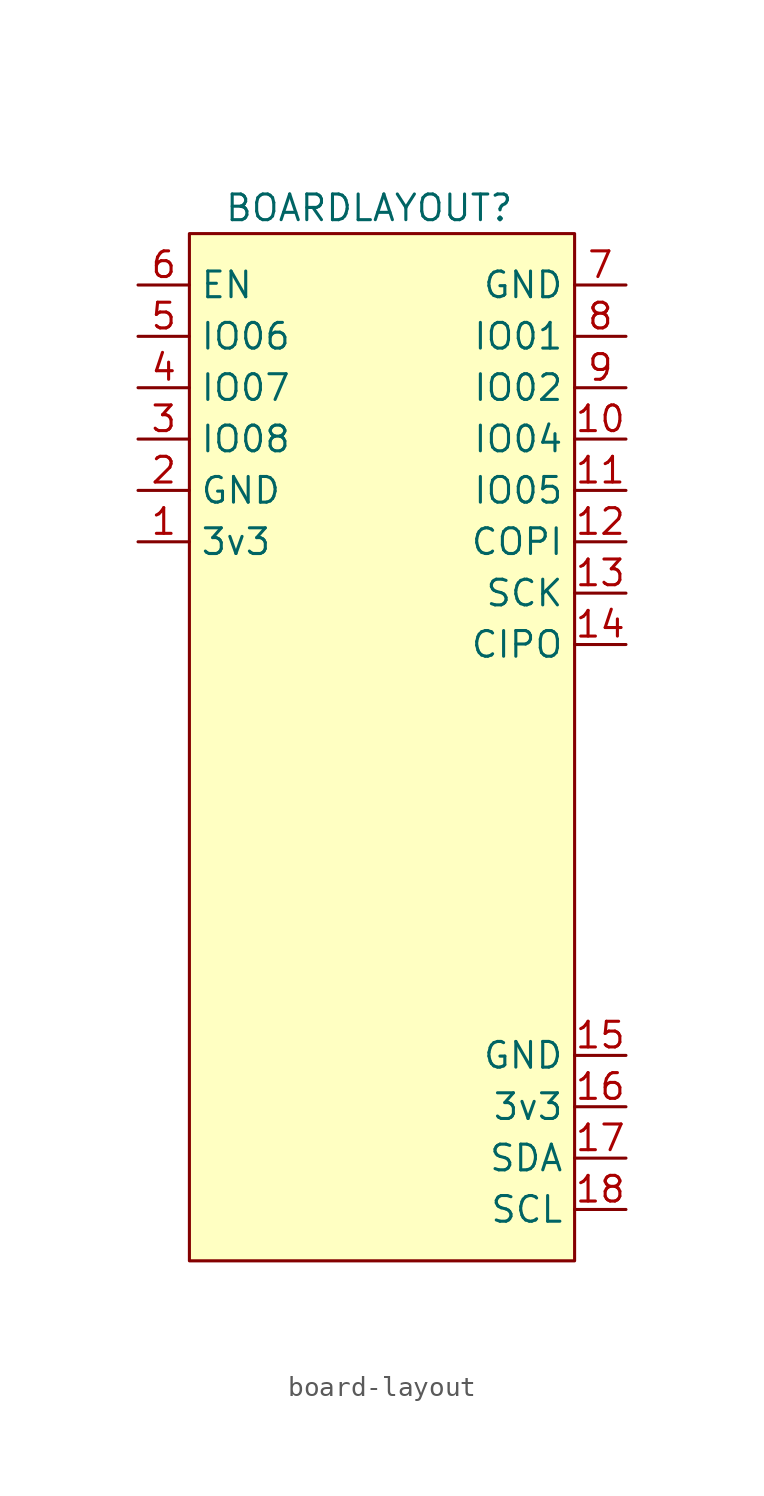
<source format=kicad_sym>
(kicad_symbol_lib
  (version 20220914)
  (generator kicad_symbol_editor)
  (symbol "board-layout"
    (property "Reference" "BOARDLAYOUT"
      (at 0 19.05 0)
      (effects (font (size 1.27 1.27))))
    (symbol "board-layout_1_1"
      (rectangle (start -8.89 17.78) (end 10.16 -33.02) (stroke (width 0) (type default)) (fill (type background)))
      (pin power_in line (at -11.43 2.54 0) (length 2.54) (name "3v3" (effects (font (size 1.27 1.27)))) (number "1" (effects (font (size 1.27 1.27)))))
      (pin bidirectional line (at 12.7 7.62 180) (length 2.54) (name "IO04" (effects (font (size 1.27 1.27)))) (number "10" (effects (font (size 1.27 1.27)))))
      (pin bidirectional line (at 12.7 5.08 180) (length 2.54) (name "IO05" (effects (font (size 1.27 1.27)))) (number "11" (effects (font (size 1.27 1.27)))))
      (pin bidirectional line (at 12.7 2.54 180) (length 2.54) (name "COPI" (effects (font (size 1.27 1.27)))) (number "12" (effects (font (size 1.27 1.27)))))
      (pin bidirectional line (at 12.7 0 180) (length 2.54) (name "SCK" (effects (font (size 1.27 1.27)))) (number "13" (effects (font (size 1.27 1.27)))))
      (pin bidirectional line (at 12.7 -2.54 180) (length 2.54) (name "CIPO" (effects (font (size 1.27 1.27)))) (number "14" (effects (font (size 1.27 1.27)))))
      (pin power_in line (at 12.7 -22.86 180) (length 2.54) (name "GND" (effects (font (size 1.27 1.27)))) (number "15" (effects (font (size 1.27 1.27)))))
      (pin power_in line (at 12.7 -25.4 180) (length 2.54) (name "3v3" (effects (font (size 1.27 1.27)))) (number "16" (effects (font (size 1.27 1.27)))))
      (pin bidirectional line (at 12.7 -27.94 180) (length 2.54) (name "SDA" (effects (font (size 1.27 1.27)))) (number "17" (effects (font (size 1.27 1.27)))))
      (pin bidirectional line (at 12.7 -30.48 180) (length 2.54) (name "SCL" (effects (font (size 1.27 1.27)))) (number "18" (effects (font (size 1.27 1.27)))))
      (pin power_in line (at -11.43 5.08 0) (length 2.54) (name "GND" (effects (font (size 1.27 1.27)))) (number "2" (effects (font (size 1.27 1.27)))))
      (pin bidirectional line (at -11.43 7.62 0) (length 2.54) (name "IO08" (effects (font (size 1.27 1.27)))) (number "3" (effects (font (size 1.27 1.27)))))
      (pin bidirectional line (at -11.43 10.16 0) (length 2.54) (name "IO07" (effects (font (size 1.27 1.27)))) (number "4" (effects (font (size 1.27 1.27)))))
      (pin bidirectional line (at -11.43 12.7 0) (length 2.54) (name "IO06" (effects (font (size 1.27 1.27)))) (number "5" (effects (font (size 1.27 1.27)))))
      (pin bidirectional line (at -11.43 15.24 0) (length 2.54) (name "EN" (effects (font (size 1.27 1.27)))) (number "6" (effects (font (size 1.27 1.27)))))
      (pin power_in line (at 12.7 15.24 180) (length 2.54) (name "GND" (effects (font (size 1.27 1.27)))) (number "7" (effects (font (size 1.27 1.27)))))
      (pin bidirectional line (at 12.7 12.7 180) (length 2.54) (name "IO01" (effects (font (size 1.27 1.27)))) (number "8" (effects (font (size 1.27 1.27)))))
      (pin bidirectional line (at 12.7 10.16 180) (length 2.54) (name "IO02" (effects (font (size 1.27 1.27)))) (number "9" (effects (font (size 1.27 1.27))))))))
</source>
